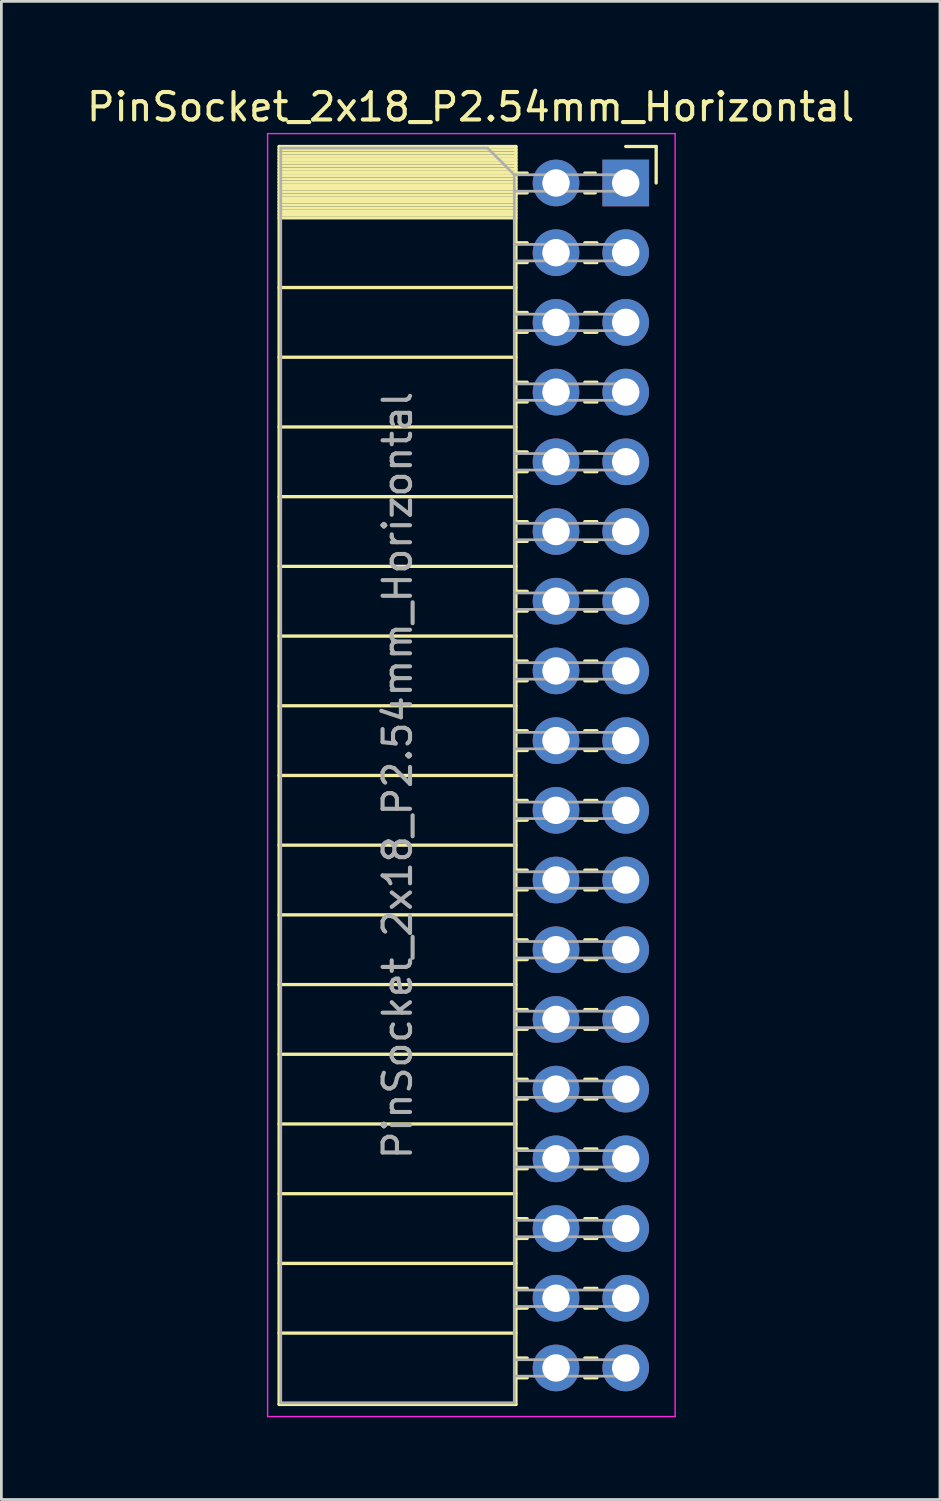
<source format=kicad_pcb>
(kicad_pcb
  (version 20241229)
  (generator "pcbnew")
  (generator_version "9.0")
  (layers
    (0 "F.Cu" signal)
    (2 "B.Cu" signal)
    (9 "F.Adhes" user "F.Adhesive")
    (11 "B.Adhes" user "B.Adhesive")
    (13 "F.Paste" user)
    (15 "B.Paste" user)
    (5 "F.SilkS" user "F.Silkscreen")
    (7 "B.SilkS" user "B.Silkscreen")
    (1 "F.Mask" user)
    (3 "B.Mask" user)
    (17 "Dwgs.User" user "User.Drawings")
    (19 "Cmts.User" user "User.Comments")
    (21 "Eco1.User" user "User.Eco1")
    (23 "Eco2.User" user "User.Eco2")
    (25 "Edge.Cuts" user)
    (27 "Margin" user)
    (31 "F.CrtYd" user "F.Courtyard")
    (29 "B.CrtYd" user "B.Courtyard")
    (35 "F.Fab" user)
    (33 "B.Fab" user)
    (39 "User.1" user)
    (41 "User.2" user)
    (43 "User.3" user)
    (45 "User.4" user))
  (footprint "PinSocket_2x18_P2.54mm_Horizontal"
    (layer "F.Cu")
    (at 19.751 3.618)
    (property "Reference" "PinSocket_2x18_P2.54mm_Horizontal" (at -5.65 -2.77 0) (layer "F.SilkS") (effects (font (size 1 1) (thickness 0.15))))
    (attr through_hole)
    (fp_line (start -12.63 -1.33) (end -12.63 44.51) (stroke (width 0.12) (type solid)) (layer "F.SilkS"))
    (fp_line (start -12.63 -1.33) (end -4 -1.33) (stroke (width 0.12) (type solid)) (layer "F.SilkS"))
    (fp_line (start -12.63 -1.21) (end -4 -1.21) (stroke (width 0.12) (type solid)) (layer "F.SilkS"))
    (fp_line (start -12.63 -1.092) (end -4 -1.092) (stroke (width 0.12) (type solid)) (layer "F.SilkS"))
    (fp_line (start -12.63 -0.974) (end -4 -0.974) (stroke (width 0.12) (type solid)) (layer "F.SilkS"))
    (fp_line (start -12.63 -0.856) (end -4 -0.856) (stroke (width 0.12) (type solid)) (layer "F.SilkS"))
    (fp_line (start -12.63 -0.738) (end -4 -0.738) (stroke (width 0.12) (type solid)) (layer "F.SilkS"))
    (fp_line (start -12.63 -0.62) (end -4 -0.62) (stroke (width 0.12) (type solid)) (layer "F.SilkS"))
    (fp_line (start -12.63 -0.501) (end -4 -0.501) (stroke (width 0.12) (type solid)) (layer "F.SilkS"))
    (fp_line (start -12.63 -0.383) (end -4 -0.383) (stroke (width 0.12) (type solid)) (layer "F.SilkS"))
    (fp_line (start -12.63 -0.265) (end -4 -0.265) (stroke (width 0.12) (type solid)) (layer "F.SilkS"))
    (fp_line (start -12.63 -0.147) (end -4 -0.147) (stroke (width 0.12) (type solid)) (layer "F.SilkS"))
    (fp_line (start -12.63 -0.029) (end -4 -0.029) (stroke (width 0.12) (type solid)) (layer "F.SilkS"))
    (fp_line (start -12.63 0.089) (end -4 0.089) (stroke (width 0.12) (type solid)) (layer "F.SilkS"))
    (fp_line (start -12.63 0.207) (end -4 0.207) (stroke (width 0.12) (type solid)) (layer "F.SilkS"))
    (fp_line (start -12.63 0.325) (end -4 0.325) (stroke (width 0.12) (type solid)) (layer "F.SilkS"))
    (fp_line (start -12.63 0.443) (end -4 0.443) (stroke (width 0.12) (type solid)) (layer "F.SilkS"))
    (fp_line (start -12.63 0.561) (end -4 0.561) (stroke (width 0.12) (type solid)) (layer "F.SilkS"))
    (fp_line (start -12.63 0.68) (end -4 0.68) (stroke (width 0.12) (type solid)) (layer "F.SilkS"))
    (fp_line (start -12.63 0.798) (end -4 0.798) (stroke (width 0.12) (type solid)) (layer "F.SilkS"))
    (fp_line (start -12.63 0.916) (end -4 0.916) (stroke (width 0.12) (type solid)) (layer "F.SilkS"))
    (fp_line (start -12.63 1.034) (end -4 1.034) (stroke (width 0.12) (type solid)) (layer "F.SilkS"))
    (fp_line (start -12.63 1.152) (end -4 1.152) (stroke (width 0.12) (type solid)) (layer "F.SilkS"))
    (fp_line (start -12.63 1.27) (end -4 1.27) (stroke (width 0.12) (type solid)) (layer "F.SilkS"))
    (fp_line (start -12.63 3.81) (end -4 3.81) (stroke (width 0.12) (type solid)) (layer "F.SilkS"))
    (fp_line (start -12.63 6.35) (end -4 6.35) (stroke (width 0.12) (type solid)) (layer "F.SilkS"))
    (fp_line (start -12.63 8.89) (end -4 8.89) (stroke (width 0.12) (type solid)) (layer "F.SilkS"))
    (fp_line (start -12.63 11.43) (end -4 11.43) (stroke (width 0.12) (type solid)) (layer "F.SilkS"))
    (fp_line (start -12.63 13.97) (end -4 13.97) (stroke (width 0.12) (type solid)) (layer "F.SilkS"))
    (fp_line (start -12.63 16.51) (end -4 16.51) (stroke (width 0.12) (type solid)) (layer "F.SilkS"))
    (fp_line (start -12.63 19.05) (end -4 19.05) (stroke (width 0.12) (type solid)) (layer "F.SilkS"))
    (fp_line (start -12.63 21.59) (end -4 21.59) (stroke (width 0.12) (type solid)) (layer "F.SilkS"))
    (fp_line (start -12.63 24.13) (end -4 24.13) (stroke (width 0.12) (type solid)) (layer "F.SilkS"))
    (fp_line (start -12.63 26.67) (end -4 26.67) (stroke (width 0.12) (type solid)) (layer "F.SilkS"))
    (fp_line (start -12.63 29.21) (end -4 29.21) (stroke (width 0.12) (type solid)) (layer "F.SilkS"))
    (fp_line (start -12.63 31.75) (end -4 31.75) (stroke (width 0.12) (type solid)) (layer "F.SilkS"))
    (fp_line (start -12.63 34.29) (end -4 34.29) (stroke (width 0.12) (type solid)) (layer "F.SilkS"))
    (fp_line (start -12.63 36.83) (end -4 36.83) (stroke (width 0.12) (type solid)) (layer "F.SilkS"))
    (fp_line (start -12.63 39.37) (end -4 39.37) (stroke (width 0.12) (type solid)) (layer "F.SilkS"))
    (fp_line (start -12.63 41.91) (end -4 41.91) (stroke (width 0.12) (type solid)) (layer "F.SilkS"))
    (fp_line (start -12.63 44.51) (end -4 44.51) (stroke (width 0.12) (type solid)) (layer "F.SilkS"))
    (fp_line (start -4 -1.33) (end -4 44.51) (stroke (width 0.12) (type solid)) (layer "F.SilkS"))
    (fp_line (start -4 -0.36) (end -3.59 -0.36) (stroke (width 0.12) (type solid)) (layer "F.SilkS"))
    (fp_line (start -4 0.36) (end -3.59 0.36) (stroke (width 0.12) (type solid)) (layer "F.SilkS"))
    (fp_line (start -4 2.18) (end -3.59 2.18) (stroke (width 0.12) (type solid)) (layer "F.SilkS"))
    (fp_line (start -4 2.9) (end -3.59 2.9) (stroke (width 0.12) (type solid)) (layer "F.SilkS"))
    (fp_line (start -4 4.72) (end -3.59 4.72) (stroke (width 0.12) (type solid)) (layer "F.SilkS"))
    (fp_line (start -4 5.44) (end -3.59 5.44) (stroke (width 0.12) (type solid)) (layer "F.SilkS"))
    (fp_line (start -4 7.26) (end -3.59 7.26) (stroke (width 0.12) (type solid)) (layer "F.SilkS"))
    (fp_line (start -4 7.98) (end -3.59 7.98) (stroke (width 0.12) (type solid)) (layer "F.SilkS"))
    (fp_line (start -4 9.8) (end -3.59 9.8) (stroke (width 0.12) (type solid)) (layer "F.SilkS"))
    (fp_line (start -4 10.52) (end -3.59 10.52) (stroke (width 0.12) (type solid)) (layer "F.SilkS"))
    (fp_line (start -4 12.34) (end -3.59 12.34) (stroke (width 0.12) (type solid)) (layer "F.SilkS"))
    (fp_line (start -4 13.06) (end -3.59 13.06) (stroke (width 0.12) (type solid)) (layer "F.SilkS"))
    (fp_line (start -4 14.88) (end -3.59 14.88) (stroke (width 0.12) (type solid)) (layer "F.SilkS"))
    (fp_line (start -4 15.6) (end -3.59 15.6) (stroke (width 0.12) (type solid)) (layer "F.SilkS"))
    (fp_line (start -4 17.42) (end -3.59 17.42) (stroke (width 0.12) (type solid)) (layer "F.SilkS"))
    (fp_line (start -4 18.14) (end -3.59 18.14) (stroke (width 0.12) (type solid)) (layer "F.SilkS"))
    (fp_line (start -4 19.96) (end -3.59 19.96) (stroke (width 0.12) (type solid)) (layer "F.SilkS"))
    (fp_line (start -4 20.68) (end -3.59 20.68) (stroke (width 0.12) (type solid)) (layer "F.SilkS"))
    (fp_line (start -4 22.5) (end -3.59 22.5) (stroke (width 0.12) (type solid)) (layer "F.SilkS"))
    (fp_line (start -4 23.22) (end -3.59 23.22) (stroke (width 0.12) (type solid)) (layer "F.SilkS"))
    (fp_line (start -4 25.04) (end -3.59 25.04) (stroke (width 0.12) (type solid)) (layer "F.SilkS"))
    (fp_line (start -4 25.76) (end -3.59 25.76) (stroke (width 0.12) (type solid)) (layer "F.SilkS"))
    (fp_line (start -4 27.58) (end -3.59 27.58) (stroke (width 0.12) (type solid)) (layer "F.SilkS"))
    (fp_line (start -4 28.3) (end -3.59 28.3) (stroke (width 0.12) (type solid)) (layer "F.SilkS"))
    (fp_line (start -4 30.12) (end -3.59 30.12) (stroke (width 0.12) (type solid)) (layer "F.SilkS"))
    (fp_line (start -4 30.84) (end -3.59 30.84) (stroke (width 0.12) (type solid)) (layer "F.SilkS"))
    (fp_line (start -4 32.66) (end -3.59 32.66) (stroke (width 0.12) (type solid)) (layer "F.SilkS"))
    (fp_line (start -4 33.38) (end -3.59 33.38) (stroke (width 0.12) (type solid)) (layer "F.SilkS"))
    (fp_line (start -4 35.2) (end -3.59 35.2) (stroke (width 0.12) (type solid)) (layer "F.SilkS"))
    (fp_line (start -4 35.92) (end -3.59 35.92) (stroke (width 0.12) (type solid)) (layer "F.SilkS"))
    (fp_line (start -4 37.74) (end -3.59 37.74) (stroke (width 0.12) (type solid)) (layer "F.SilkS"))
    (fp_line (start -4 38.46) (end -3.59 38.46) (stroke (width 0.12) (type solid)) (layer "F.SilkS"))
    (fp_line (start -4 40.28) (end -3.59 40.28) (stroke (width 0.12) (type solid)) (layer "F.SilkS"))
    (fp_line (start -4 41) (end -3.59 41) (stroke (width 0.12) (type solid)) (layer "F.SilkS"))
    (fp_line (start -4 42.82) (end -3.59 42.82) (stroke (width 0.12) (type solid)) (layer "F.SilkS"))
    (fp_line (start -4 43.54) (end -3.59 43.54) (stroke (width 0.12) (type solid)) (layer "F.SilkS"))
    (fp_line (start -1.49 -0.36) (end -1.11 -0.36) (stroke (width 0.12) (type solid)) (layer "F.SilkS"))
    (fp_line (start -1.49 0.36) (end -1.11 0.36) (stroke (width 0.12) (type solid)) (layer "F.SilkS"))
    (fp_line (start -1.49 2.18) (end -1.05 2.18) (stroke (width 0.12) (type solid)) (layer "F.SilkS"))
    (fp_line (start -1.49 2.9) (end -1.05 2.9) (stroke (width 0.12) (type solid)) (layer "F.SilkS"))
    (fp_line (start -1.49 4.72) (end -1.05 4.72) (stroke (width 0.12) (type solid)) (layer "F.SilkS"))
    (fp_line (start -1.49 5.44) (end -1.05 5.44) (stroke (width 0.12) (type solid)) (layer "F.SilkS"))
    (fp_line (start -1.49 7.26) (end -1.05 7.26) (stroke (width 0.12) (type solid)) (layer "F.SilkS"))
    (fp_line (start -1.49 7.98) (end -1.05 7.98) (stroke (width 0.12) (type solid)) (layer "F.SilkS"))
    (fp_line (start -1.49 9.8) (end -1.05 9.8) (stroke (width 0.12) (type solid)) (layer "F.SilkS"))
    (fp_line (start -1.49 10.52) (end -1.05 10.52) (stroke (width 0.12) (type solid)) (layer "F.SilkS"))
    (fp_line (start -1.49 12.34) (end -1.05 12.34) (stroke (width 0.12) (type solid)) (layer "F.SilkS"))
    (fp_line (start -1.49 13.06) (end -1.05 13.06) (stroke (width 0.12) (type solid)) (layer "F.SilkS"))
    (fp_line (start -1.49 14.88) (end -1.05 14.88) (stroke (width 0.12) (type solid)) (layer "F.SilkS"))
    (fp_line (start -1.49 15.6) (end -1.05 15.6) (stroke (width 0.12) (type solid)) (layer "F.SilkS"))
    (fp_line (start -1.49 17.42) (end -1.05 17.42) (stroke (width 0.12) (type solid)) (layer "F.SilkS"))
    (fp_line (start -1.49 18.14) (end -1.05 18.14) (stroke (width 0.12) (type solid)) (layer "F.SilkS"))
    (fp_line (start -1.49 19.96) (end -1.05 19.96) (stroke (width 0.12) (type solid)) (layer "F.SilkS"))
    (fp_line (start -1.49 20.68) (end -1.05 20.68) (stroke (width 0.12) (type solid)) (layer "F.SilkS"))
    (fp_line (start -1.49 22.5) (end -1.05 22.5) (stroke (width 0.12) (type solid)) (layer "F.SilkS"))
    (fp_line (start -1.49 23.22) (end -1.05 23.22) (stroke (width 0.12) (type solid)) (layer "F.SilkS"))
    (fp_line (start -1.49 25.04) (end -1.05 25.04) (stroke (width 0.12) (type solid)) (layer "F.SilkS"))
    (fp_line (start -1.49 25.76) (end -1.05 25.76) (stroke (width 0.12) (type solid)) (layer "F.SilkS"))
    (fp_line (start -1.49 27.58) (end -1.05 27.58) (stroke (width 0.12) (type solid)) (layer "F.SilkS"))
    (fp_line (start -1.49 28.3) (end -1.05 28.3) (stroke (width 0.12) (type solid)) (layer "F.SilkS"))
    (fp_line (start -1.49 30.12) (end -1.05 30.12) (stroke (width 0.12) (type solid)) (layer "F.SilkS"))
    (fp_line (start -1.49 30.84) (end -1.05 30.84) (stroke (width 0.12) (type solid)) (layer "F.SilkS"))
    (fp_line (start -1.49 32.66) (end -1.05 32.66) (stroke (width 0.12) (type solid)) (layer "F.SilkS"))
    (fp_line (start -1.49 33.38) (end -1.05 33.38) (stroke (width 0.12) (type solid)) (layer "F.SilkS"))
    (fp_line (start -1.49 35.2) (end -1.05 35.2) (stroke (width 0.12) (type solid)) (layer "F.SilkS"))
    (fp_line (start -1.49 35.92) (end -1.05 35.92) (stroke (width 0.12) (type solid)) (layer "F.SilkS"))
    (fp_line (start -1.49 37.74) (end -1.05 37.74) (stroke (width 0.12) (type solid)) (layer "F.SilkS"))
    (fp_line (start -1.49 38.46) (end -1.05 38.46) (stroke (width 0.12) (type solid)) (layer "F.SilkS"))
    (fp_line (start -1.49 40.28) (end -1.05 40.28) (stroke (width 0.12) (type solid)) (layer "F.SilkS"))
    (fp_line (start -1.49 41) (end -1.05 41) (stroke (width 0.12) (type solid)) (layer "F.SilkS"))
    (fp_line (start -1.49 42.82) (end -1.05 42.82) (stroke (width 0.12) (type solid)) (layer "F.SilkS"))
    (fp_line (start -1.49 43.54) (end -1.05 43.54) (stroke (width 0.12) (type solid)) (layer "F.SilkS"))
    (fp_line (start 0 -1.33) (end 1.11 -1.33) (stroke (width 0.12) (type solid)) (layer "F.SilkS"))
    (fp_line (start 1.11 -1.33) (end 1.11 0) (stroke (width 0.12) (type solid)) (layer "F.SilkS"))
    (fp_line (start -13.05 -1.8) (end -13.05 44.95) (stroke (width 0.05) (type solid)) (layer "F.CrtYd"))
    (fp_line (start -13.05 44.95) (end 1.8 44.95) (stroke (width 0.05) (type solid)) (layer "F.CrtYd"))
    (fp_line (start 1.8 -1.8) (end -13.05 -1.8) (stroke (width 0.05) (type solid)) (layer "F.CrtYd"))
    (fp_line (start 1.8 44.95) (end 1.8 -1.8) (stroke (width 0.05) (type solid)) (layer "F.CrtYd"))
    (fp_line (start -12.57 -1.27) (end -5.03 -1.27) (stroke (width 0.1) (type solid)) (layer "F.Fab"))
    (fp_line (start -12.57 44.45) (end -12.57 -1.27) (stroke (width 0.1) (type solid)) (layer "F.Fab"))
    (fp_line (start -5.03 -1.27) (end -4.06 -0.3) (stroke (width 0.1) (type solid)) (layer "F.Fab"))
    (fp_line (start -4.06 -0.3) (end -4.06 44.45) (stroke (width 0.1) (type solid)) (layer "F.Fab"))
    (fp_line (start -4.06 0.3) (end 0 0.3) (stroke (width 0.1) (type solid)) (layer "F.Fab"))
    (fp_line (start -4.06 2.84) (end 0 2.84) (stroke (width 0.1) (type solid)) (layer "F.Fab"))
    (fp_line (start -4.06 5.38) (end 0 5.38) (stroke (width 0.1) (type solid)) (layer "F.Fab"))
    (fp_line (start -4.06 7.92) (end 0 7.92) (stroke (width 0.1) (type solid)) (layer "F.Fab"))
    (fp_line (start -4.06 10.46) (end 0 10.46) (stroke (width 0.1) (type solid)) (layer "F.Fab"))
    (fp_line (start -4.06 13) (end 0 13) (stroke (width 0.1) (type solid)) (layer "F.Fab"))
    (fp_line (start -4.06 15.54) (end 0 15.54) (stroke (width 0.1) (type solid)) (layer "F.Fab"))
    (fp_line (start -4.06 18.08) (end 0 18.08) (stroke (width 0.1) (type solid)) (layer "F.Fab"))
    (fp_line (start -4.06 20.62) (end 0 20.62) (stroke (width 0.1) (type solid)) (layer "F.Fab"))
    (fp_line (start -4.06 23.16) (end 0 23.16) (stroke (width 0.1) (type solid)) (layer "F.Fab"))
    (fp_line (start -4.06 25.7) (end 0 25.7) (stroke (width 0.1) (type solid)) (layer "F.Fab"))
    (fp_line (start -4.06 28.24) (end 0 28.24) (stroke (width 0.1) (type solid)) (layer "F.Fab"))
    (fp_line (start -4.06 30.78) (end 0 30.78) (stroke (width 0.1) (type solid)) (layer "F.Fab"))
    (fp_line (start -4.06 33.32) (end 0 33.32) (stroke (width 0.1) (type solid)) (layer "F.Fab"))
    (fp_line (start -4.06 35.86) (end 0 35.86) (stroke (width 0.1) (type solid)) (layer "F.Fab"))
    (fp_line (start -4.06 38.4) (end 0 38.4) (stroke (width 0.1) (type solid)) (layer "F.Fab"))
    (fp_line (start -4.06 40.94) (end 0 40.94) (stroke (width 0.1) (type solid)) (layer "F.Fab"))
    (fp_line (start -4.06 43.48) (end 0 43.48) (stroke (width 0.1) (type solid)) (layer "F.Fab"))
    (fp_line (start -4.06 44.45) (end -12.57 44.45) (stroke (width 0.1) (type solid)) (layer "F.Fab"))
    (fp_line (start 0 -0.3) (end -4.06 -0.3) (stroke (width 0.1) (type solid)) (layer "F.Fab"))
    (fp_line (start 0 0.3) (end 0 -0.3) (stroke (width 0.1) (type solid)) (layer "F.Fab"))
    (fp_line (start 0 2.24) (end -4.06 2.24) (stroke (width 0.1) (type solid)) (layer "F.Fab"))
    (fp_line (start 0 2.84) (end 0 2.24) (stroke (width 0.1) (type solid)) (layer "F.Fab"))
    (fp_line (start 0 4.78) (end -4.06 4.78) (stroke (width 0.1) (type solid)) (layer "F.Fab"))
    (fp_line (start 0 5.38) (end 0 4.78) (stroke (width 0.1) (type solid)) (layer "F.Fab"))
    (fp_line (start 0 7.32) (end -4.06 7.32) (stroke (width 0.1) (type solid)) (layer "F.Fab"))
    (fp_line (start 0 7.92) (end 0 7.32) (stroke (width 0.1) (type solid)) (layer "F.Fab"))
    (fp_line (start 0 9.86) (end -4.06 9.86) (stroke (width 0.1) (type solid)) (layer "F.Fab"))
    (fp_line (start 0 10.46) (end 0 9.86) (stroke (width 0.1) (type solid)) (layer "F.Fab"))
    (fp_line (start 0 12.4) (end -4.06 12.4) (stroke (width 0.1) (type solid)) (layer "F.Fab"))
    (fp_line (start 0 13) (end 0 12.4) (stroke (width 0.1) (type solid)) (layer "F.Fab"))
    (fp_line (start 0 14.94) (end -4.06 14.94) (stroke (width 0.1) (type solid)) (layer "F.Fab"))
    (fp_line (start 0 15.54) (end 0 14.94) (stroke (width 0.1) (type solid)) (layer "F.Fab"))
    (fp_line (start 0 17.48) (end -4.06 17.48) (stroke (width 0.1) (type solid)) (layer "F.Fab"))
    (fp_line (start 0 18.08) (end 0 17.48) (stroke (width 0.1) (type solid)) (layer "F.Fab"))
    (fp_line (start 0 20.02) (end -4.06 20.02) (stroke (width 0.1) (type solid)) (layer "F.Fab"))
    (fp_line (start 0 20.62) (end 0 20.02) (stroke (width 0.1) (type solid)) (layer "F.Fab"))
    (fp_line (start 0 22.56) (end -4.06 22.56) (stroke (width 0.1) (type solid)) (layer "F.Fab"))
    (fp_line (start 0 23.16) (end 0 22.56) (stroke (width 0.1) (type solid)) (layer "F.Fab"))
    (fp_line (start 0 25.1) (end -4.06 25.1) (stroke (width 0.1) (type solid)) (layer "F.Fab"))
    (fp_line (start 0 25.7) (end 0 25.1) (stroke (width 0.1) (type solid)) (layer "F.Fab"))
    (fp_line (start 0 27.64) (end -4.06 27.64) (stroke (width 0.1) (type solid)) (layer "F.Fab"))
    (fp_line (start 0 28.24) (end 0 27.64) (stroke (width 0.1) (type solid)) (layer "F.Fab"))
    (fp_line (start 0 30.18) (end -4.06 30.18) (stroke (width 0.1) (type solid)) (layer "F.Fab"))
    (fp_line (start 0 30.78) (end 0 30.18) (stroke (width 0.1) (type solid)) (layer "F.Fab"))
    (fp_line (start 0 32.72) (end -4.06 32.72) (stroke (width 0.1) (type solid)) (layer "F.Fab"))
    (fp_line (start 0 33.32) (end 0 32.72) (stroke (width 0.1) (type solid)) (layer "F.Fab"))
    (fp_line (start 0 35.26) (end -4.06 35.26) (stroke (width 0.1) (type solid)) (layer "F.Fab"))
    (fp_line (start 0 35.86) (end 0 35.26) (stroke (width 0.1) (type solid)) (layer "F.Fab"))
    (fp_line (start 0 37.8) (end -4.06 37.8) (stroke (width 0.1) (type solid)) (layer "F.Fab"))
    (fp_line (start 0 38.4) (end 0 37.8) (stroke (width 0.1) (type solid)) (layer "F.Fab"))
    (fp_line (start 0 40.34) (end -4.06 40.34) (stroke (width 0.1) (type solid)) (layer "F.Fab"))
    (fp_line (start 0 40.94) (end 0 40.34) (stroke (width 0.1) (type solid)) (layer "F.Fab"))
    (fp_line (start 0 42.88) (end -4.06 42.88) (stroke (width 0.1) (type solid)) (layer "F.Fab"))
    (fp_line (start 0 43.48) (end 0 42.88) (stroke (width 0.1) (type solid)) (layer "F.Fab"))
    (fp_text user "${REFERENCE}" (at -8.315 21.59 90) (layer "F.Fab") (effects (font (size 1 1) (thickness 0.15))))
    (pad "1" thru_hole rect (at 0 0) (size 1.7 1.7) (drill 1) (layers "*.Cu" "*.Mask"))
    (pad "2" thru_hole circle (at -2.54 0) (size 1.7 1.7) (drill 1) (layers "*.Cu" "*.Mask"))
    (pad "3" thru_hole circle (at 0 2.54) (size 1.7 1.7) (drill 1) (layers "*.Cu" "*.Mask"))
    (pad "4" thru_hole circle (at -2.54 2.54) (size 1.7 1.7) (drill 1) (layers "*.Cu" "*.Mask"))
    (pad "5" thru_hole circle (at 0 5.08) (size 1.7 1.7) (drill 1) (layers "*.Cu" "*.Mask"))
    (pad "6" thru_hole circle (at -2.54 5.08) (size 1.7 1.7) (drill 1) (layers "*.Cu" "*.Mask"))
    (pad "7" thru_hole circle (at 0 7.62) (size 1.7 1.7) (drill 1) (layers "*.Cu" "*.Mask"))
    (pad "8" thru_hole circle (at -2.54 7.62) (size 1.7 1.7) (drill 1) (layers "*.Cu" "*.Mask"))
    (pad "9" thru_hole circle (at 0 10.16) (size 1.7 1.7) (drill 1) (layers "*.Cu" "*.Mask"))
    (pad "10" thru_hole circle (at -2.54 10.16) (size 1.7 1.7) (drill 1) (layers "*.Cu" "*.Mask"))
    (pad "11" thru_hole circle (at 0 12.7) (size 1.7 1.7) (drill 1) (layers "*.Cu" "*.Mask"))
    (pad "12" thru_hole circle (at -2.54 12.7) (size 1.7 1.7) (drill 1) (layers "*.Cu" "*.Mask"))
    (pad "13" thru_hole circle (at 0 15.24) (size 1.7 1.7) (drill 1) (layers "*.Cu" "*.Mask"))
    (pad "14" thru_hole circle (at -2.54 15.24) (size 1.7 1.7) (drill 1) (layers "*.Cu" "*.Mask"))
    (pad "15" thru_hole circle (at 0 17.78) (size 1.7 1.7) (drill 1) (layers "*.Cu" "*.Mask"))
    (pad "16" thru_hole circle (at -2.54 17.78) (size 1.7 1.7) (drill 1) (layers "*.Cu" "*.Mask"))
    (pad "17" thru_hole circle (at 0 20.32) (size 1.7 1.7) (drill 1) (layers "*.Cu" "*.Mask"))
    (pad "18" thru_hole circle (at -2.54 20.32) (size 1.7 1.7) (drill 1) (layers "*.Cu" "*.Mask"))
    (pad "19" thru_hole circle (at 0 22.86) (size 1.7 1.7) (drill 1) (layers "*.Cu" "*.Mask"))
    (pad "20" thru_hole circle (at -2.54 22.86) (size 1.7 1.7) (drill 1) (layers "*.Cu" "*.Mask"))
    (pad "21" thru_hole circle (at 0 25.4) (size 1.7 1.7) (drill 1) (layers "*.Cu" "*.Mask"))
    (pad "22" thru_hole circle (at -2.54 25.4) (size 1.7 1.7) (drill 1) (layers "*.Cu" "*.Mask"))
    (pad "23" thru_hole circle (at 0 27.94) (size 1.7 1.7) (drill 1) (layers "*.Cu" "*.Mask"))
    (pad "24" thru_hole circle (at -2.54 27.94) (size 1.7 1.7) (drill 1) (layers "*.Cu" "*.Mask"))
    (pad "25" thru_hole circle (at 0 30.48) (size 1.7 1.7) (drill 1) (layers "*.Cu" "*.Mask"))
    (pad "26" thru_hole circle (at -2.54 30.48) (size 1.7 1.7) (drill 1) (layers "*.Cu" "*.Mask"))
    (pad "27" thru_hole circle (at 0 33.02) (size 1.7 1.7) (drill 1) (layers "*.Cu" "*.Mask"))
    (pad "28" thru_hole circle (at -2.54 33.02) (size 1.7 1.7) (drill 1) (layers "*.Cu" "*.Mask"))
    (pad "29" thru_hole circle (at 0 35.56) (size 1.7 1.7) (drill 1) (layers "*.Cu" "*.Mask"))
    (pad "30" thru_hole circle (at -2.54 35.56) (size 1.7 1.7) (drill 1) (layers "*.Cu" "*.Mask"))
    (pad "31" thru_hole circle (at 0 38.1) (size 1.7 1.7) (drill 1) (layers "*.Cu" "*.Mask"))
    (pad "32" thru_hole circle (at -2.54 38.1) (size 1.7 1.7) (drill 1) (layers "*.Cu" "*.Mask"))
    (pad "33" thru_hole circle (at 0 40.64) (size 1.7 1.7) (drill 1) (layers "*.Cu" "*.Mask"))
    (pad "34" thru_hole circle (at -2.54 40.64) (size 1.7 1.7) (drill 1) (layers "*.Cu" "*.Mask"))
    (pad "35" thru_hole circle (at 0 43.18) (size 1.7 1.7) (drill 1) (layers "*.Cu" "*.Mask"))
    (pad "36" thru_hole circle (at -2.54 43.18) (size 1.7 1.7) (drill 1) (layers "*.Cu" "*.Mask")))
  (gr_rect
    (start -3 -3)
    (end 31.202 51.593)
    (stroke (width 0.1) (type default))
    (fill no)
    (layer "Edge.Cuts")))
</source>
